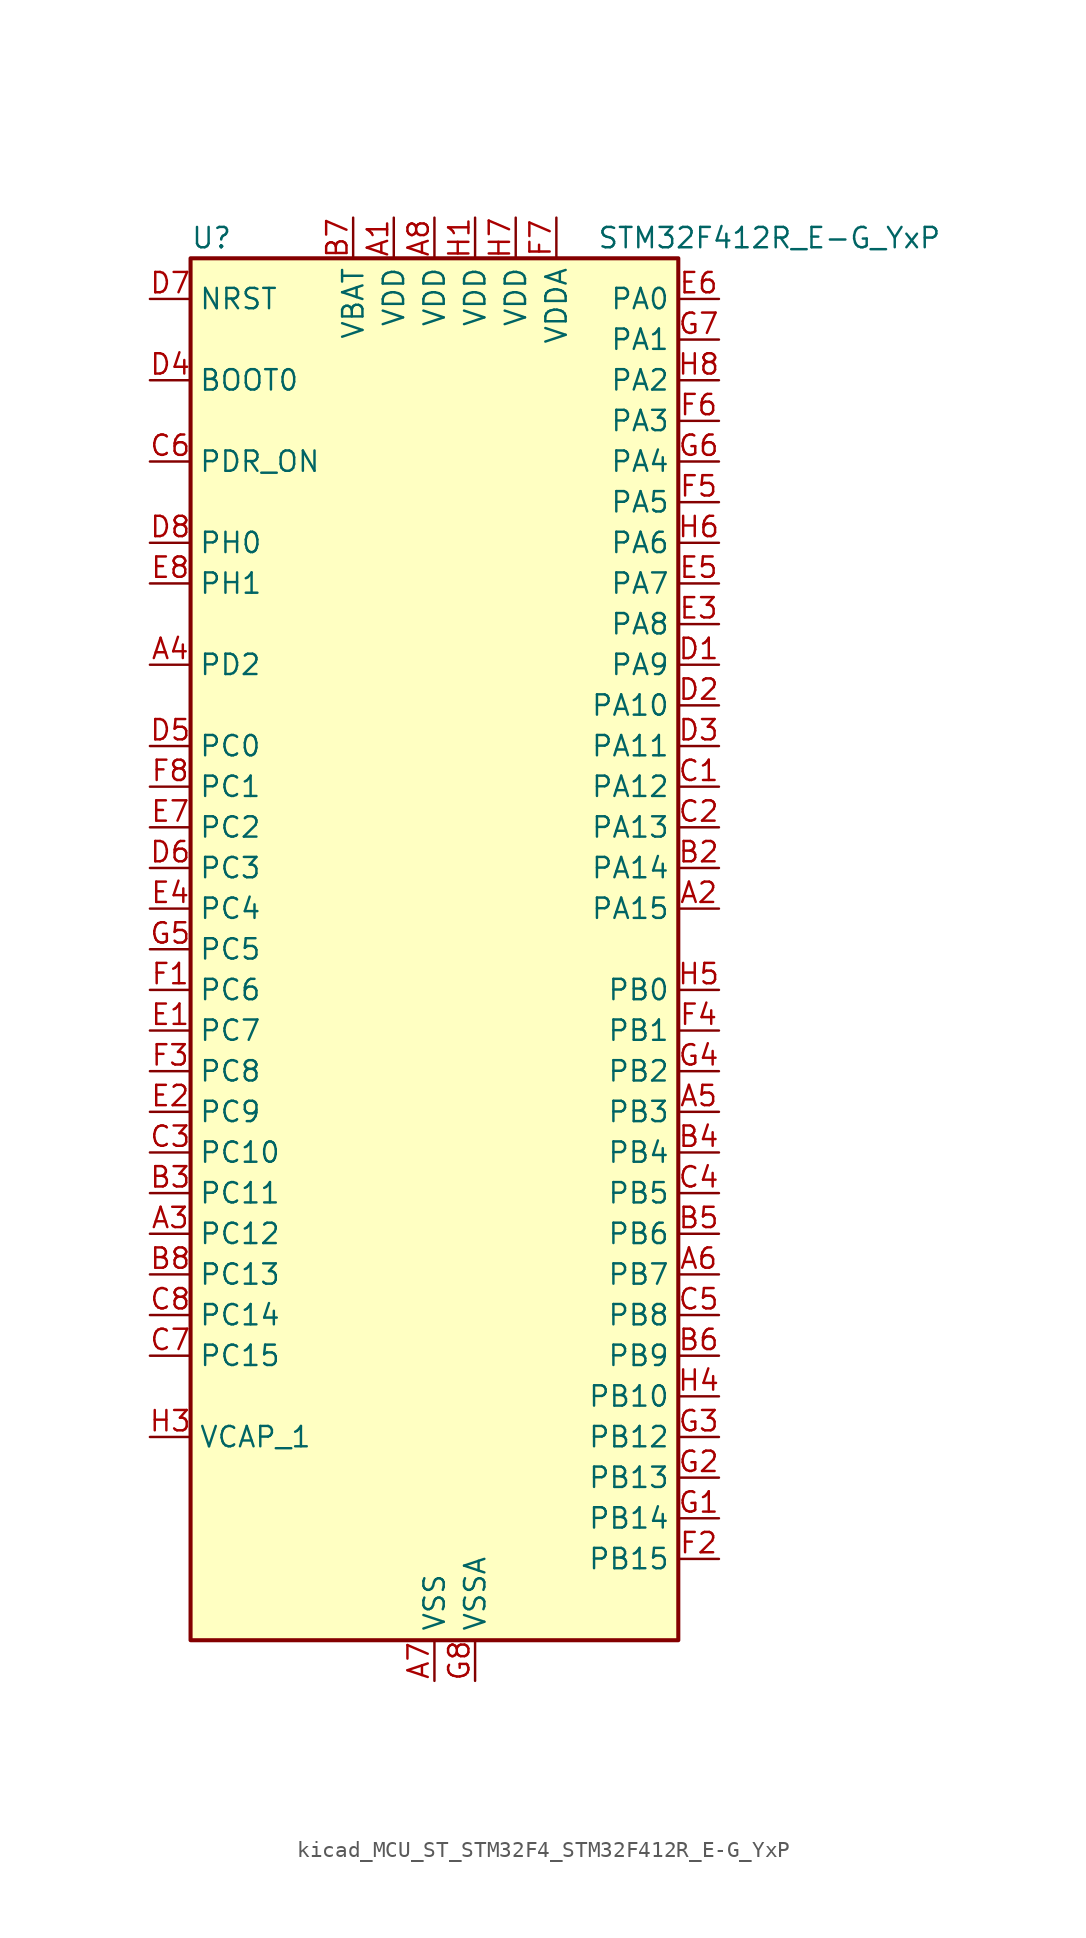
<source format=kicad_sym>
(kicad_symbol_lib
  (version 20220914)
  (generator kicad_symbol_editor)
  (symbol "kicad_MCU_ST_STM32F4_STM32F412R_E-G_YxP"
    (property "Reference" "U"
      (at -15.24 44.45 0)
      (effects (font (size 1.27 1.27)) (justify left)))
    (property "Value" "STM32F412R_E-G_YxP"
      (at 10.16 44.45 0)
      (effects (font (size 1.27 1.27)) (justify left)))
    (property "ki_locked" ""
      (at 0 0 0)
      (effects (font (size 1.27 1.27))))
    (symbol "kicad_MCU_ST_STM32F4_STM32F412R_E-G_YxP_0_1"
      (rectangle (start -15.24 -43.18) (end 15.24 43.18) (stroke (width 0.254) (type default)) (fill (type background))))
    (symbol "kicad_MCU_ST_STM32F4_STM32F412R_E-G_YxP_1_1"
      (pin power_in line (at -2.54 45.72 270) (length 2.54) (name "VDD" (effects (font (size 1.27 1.27)))) (number "A1" (effects (font (size 1.27 1.27)))))
      (pin bidirectional line (at 17.78 2.54 180) (length 2.54) (name "PA15" (effects (font (size 1.27 1.27)))) (number "A2" (effects (font (size 1.27 1.27)))) (alternate "ADC1_EXTI15" bidirectional line) (alternate "I2S1_WS" bidirectional line) (alternate "I2S3_WS" bidirectional line) (alternate "SPI1_NSS" bidirectional line) (alternate "SPI3_NSS" bidirectional line) (alternate "SYS_JTDI" bidirectional line) (alternate "TIM2_CH1" bidirectional line) (alternate "TIM2_ETR" bidirectional line) (alternate "USART1_TX" bidirectional line))
      (pin bidirectional line (at -17.78 -17.78 0) (length 2.54) (name "PC12" (effects (font (size 1.27 1.27)))) (number "A3" (effects (font (size 1.27 1.27)))) (alternate "FSMC_D3" bidirectional line) (alternate "FSMC_DA3" bidirectional line) (alternate "I2S3_SD" bidirectional line) (alternate "SDIO_CK" bidirectional line) (alternate "SPI3_MOSI" bidirectional line) (alternate "USART3_CK" bidirectional line))
      (pin bidirectional line (at -17.78 17.78 0) (length 2.54) (name "PD2" (effects (font (size 1.27 1.27)))) (number "A4" (effects (font (size 1.27 1.27)))) (alternate "FSMC_NWE" bidirectional line) (alternate "SDIO_CMD" bidirectional line) (alternate "TIM3_ETR" bidirectional line))
      (pin bidirectional line (at 17.78 -10.16 180) (length 2.54) (name "PB3" (effects (font (size 1.27 1.27)))) (number "A5" (effects (font (size 1.27 1.27)))) (alternate "FMPI2C1_SDA" bidirectional line) (alternate "I2C2_SDA" bidirectional line) (alternate "I2S1_CK" bidirectional line) (alternate "I2S3_CK" bidirectional line) (alternate "SPI1_SCK" bidirectional line) (alternate "SPI3_SCK" bidirectional line) (alternate "SYS_JTDO-SWO" bidirectional line) (alternate "TIM2_CH2" bidirectional line) (alternate "USART1_RX" bidirectional line))
      (pin bidirectional line (at 17.78 -20.32 180) (length 2.54) (name "PB7" (effects (font (size 1.27 1.27)))) (number "A6" (effects (font (size 1.27 1.27)))) (alternate "FSMC_NL" bidirectional line) (alternate "I2C1_SDA" bidirectional line) (alternate "TIM4_CH2" bidirectional line) (alternate "USART1_RX" bidirectional line))
      (pin power_in line (at 0 -45.72 90) (length 2.54) (name "VSS" (effects (font (size 1.27 1.27)))) (number "A7" (effects (font (size 1.27 1.27)))))
      (pin power_in line (at 0 45.72 270) (length 2.54) (name "VDD" (effects (font (size 1.27 1.27)))) (number "A8" (effects (font (size 1.27 1.27)))))
      (pin passive line (at 0 -45.72 90) (length 2.54) hide (name "VSS" (effects (font (size 1.27 1.27)))) (number "B1" (effects (font (size 1.27 1.27)))))
      (pin bidirectional line (at 17.78 5.08 180) (length 2.54) (name "PA14" (effects (font (size 1.27 1.27)))) (number "B2" (effects (font (size 1.27 1.27)))) (alternate "SYS_JTCK-SWCLK" bidirectional line))
      (pin bidirectional line (at -17.78 -15.24 0) (length 2.54) (name "PC11" (effects (font (size 1.27 1.27)))) (number "B3" (effects (font (size 1.27 1.27)))) (alternate "ADC1_EXTI11" bidirectional line) (alternate "FSMC_D2" bidirectional line) (alternate "FSMC_DA2" bidirectional line) (alternate "I2S3_ext_SD" bidirectional line) (alternate "QUADSPI_BK2_NCS" bidirectional line) (alternate "SDIO_D3" bidirectional line) (alternate "SPI3_MISO" bidirectional line) (alternate "USART3_RX" bidirectional line))
      (pin bidirectional line (at 17.78 -12.7 180) (length 2.54) (name "PB4" (effects (font (size 1.27 1.27)))) (number "B4" (effects (font (size 1.27 1.27)))) (alternate "I2C3_SDA" bidirectional line) (alternate "I2S3_ext_SD" bidirectional line) (alternate "SDIO_D0" bidirectional line) (alternate "SPI1_MISO" bidirectional line) (alternate "SPI3_MISO" bidirectional line) (alternate "SYS_JTRST" bidirectional line) (alternate "TIM3_CH1" bidirectional line))
      (pin bidirectional line (at 17.78 -17.78 180) (length 2.54) (name "PB6" (effects (font (size 1.27 1.27)))) (number "B5" (effects (font (size 1.27 1.27)))) (alternate "CAN2_TX" bidirectional line) (alternate "I2C1_SCL" bidirectional line) (alternate "QUADSPI_BK1_NCS" bidirectional line) (alternate "SDIO_D0" bidirectional line) (alternate "TIM4_CH1" bidirectional line) (alternate "USART1_TX" bidirectional line))
      (pin bidirectional line (at 17.78 -25.4 180) (length 2.54) (name "PB9" (effects (font (size 1.27 1.27)))) (number "B6" (effects (font (size 1.27 1.27)))) (alternate "CAN1_TX" bidirectional line) (alternate "I2C1_SDA" bidirectional line) (alternate "I2C2_SDA" bidirectional line) (alternate "I2S2_WS" bidirectional line) (alternate "SDIO_D5" bidirectional line) (alternate "SPI2_NSS" bidirectional line) (alternate "TIM11_CH1" bidirectional line) (alternate "TIM4_CH4" bidirectional line))
      (pin power_in line (at -5.08 45.72 270) (length 2.54) (name "VBAT" (effects (font (size 1.27 1.27)))) (number "B7" (effects (font (size 1.27 1.27)))))
      (pin bidirectional line (at -17.78 -20.32 0) (length 2.54) (name "PC13" (effects (font (size 1.27 1.27)))) (number "B8" (effects (font (size 1.27 1.27)))) (alternate "RTC_AF1" bidirectional line))
      (pin bidirectional line (at 17.78 10.16 180) (length 2.54) (name "PA12" (effects (font (size 1.27 1.27)))) (number "C1" (effects (font (size 1.27 1.27)))) (alternate "CAN1_TX" bidirectional line) (alternate "SPI5_MISO" bidirectional line) (alternate "TIM1_ETR" bidirectional line) (alternate "USART1_RTS" bidirectional line) (alternate "USART6_RX" bidirectional line) (alternate "USB_OTG_FS_DP" bidirectional line))
      (pin bidirectional line (at 17.78 7.62 180) (length 2.54) (name "PA13" (effects (font (size 1.27 1.27)))) (number "C2" (effects (font (size 1.27 1.27)))) (alternate "SYS_JTMS-SWDIO" bidirectional line))
      (pin bidirectional line (at -17.78 -12.7 0) (length 2.54) (name "PC10" (effects (font (size 1.27 1.27)))) (number "C3" (effects (font (size 1.27 1.27)))) (alternate "I2S3_CK" bidirectional line) (alternate "QUADSPI_BK1_IO1" bidirectional line) (alternate "SDIO_D2" bidirectional line) (alternate "SPI3_SCK" bidirectional line) (alternate "USART3_TX" bidirectional line))
      (pin bidirectional line (at 17.78 -15.24 180) (length 2.54) (name "PB5" (effects (font (size 1.27 1.27)))) (number "C4" (effects (font (size 1.27 1.27)))) (alternate "CAN2_RX" bidirectional line) (alternate "I2C1_SMBA" bidirectional line) (alternate "I2S1_SD" bidirectional line) (alternate "I2S3_SD" bidirectional line) (alternate "SDIO_D3" bidirectional line) (alternate "SPI1_MOSI" bidirectional line) (alternate "SPI3_MOSI" bidirectional line) (alternate "TIM3_CH2" bidirectional line))
      (pin bidirectional line (at 17.78 -22.86 180) (length 2.54) (name "PB8" (effects (font (size 1.27 1.27)))) (number "C5" (effects (font (size 1.27 1.27)))) (alternate "CAN1_RX" bidirectional line) (alternate "I2C1_SCL" bidirectional line) (alternate "I2C3_SDA" bidirectional line) (alternate "I2S5_SD" bidirectional line) (alternate "SDIO_D4" bidirectional line) (alternate "SPI5_MOSI" bidirectional line) (alternate "TIM10_CH1" bidirectional line) (alternate "TIM4_CH3" bidirectional line))
      (pin input line (at -17.78 30.48 0) (length 2.54) (name "PDR_ON" (effects (font (size 1.27 1.27)))) (number "C6" (effects (font (size 1.27 1.27)))))
      (pin bidirectional line (at -17.78 -25.4 0) (length 2.54) (name "PC15" (effects (font (size 1.27 1.27)))) (number "C7" (effects (font (size 1.27 1.27)))) (alternate "ADC1_EXTI15" bidirectional line) (alternate "RCC_OSC32_OUT" bidirectional line))
      (pin bidirectional line (at -17.78 -22.86 0) (length 2.54) (name "PC14" (effects (font (size 1.27 1.27)))) (number "C8" (effects (font (size 1.27 1.27)))) (alternate "RCC_OSC32_IN" bidirectional line))
      (pin bidirectional line (at 17.78 17.78 180) (length 2.54) (name "PA9" (effects (font (size 1.27 1.27)))) (number "D1" (effects (font (size 1.27 1.27)))) (alternate "I2C3_SMBA" bidirectional line) (alternate "SDIO_D2" bidirectional line) (alternate "TIM1_CH2" bidirectional line) (alternate "USART1_TX" bidirectional line) (alternate "USB_OTG_FS_VBUS" bidirectional line))
      (pin bidirectional line (at 17.78 15.24 180) (length 2.54) (name "PA10" (effects (font (size 1.27 1.27)))) (number "D2" (effects (font (size 1.27 1.27)))) (alternate "I2S5_SD" bidirectional line) (alternate "SPI5_MOSI" bidirectional line) (alternate "TIM1_CH3" bidirectional line) (alternate "USART1_RX" bidirectional line) (alternate "USB_OTG_FS_ID" bidirectional line))
      (pin bidirectional line (at 17.78 12.7 180) (length 2.54) (name "PA11" (effects (font (size 1.27 1.27)))) (number "D3" (effects (font (size 1.27 1.27)))) (alternate "ADC1_EXTI11" bidirectional line) (alternate "CAN1_RX" bidirectional line) (alternate "SPI4_MISO" bidirectional line) (alternate "TIM1_CH4" bidirectional line) (alternate "USART1_CTS" bidirectional line) (alternate "USART6_TX" bidirectional line) (alternate "USB_OTG_FS_DM" bidirectional line))
      (pin input line (at -17.78 35.56 0) (length 2.54) (name "BOOT0" (effects (font (size 1.27 1.27)))) (number "D4" (effects (font (size 1.27 1.27)))))
      (pin bidirectional line (at -17.78 12.7 0) (length 2.54) (name "PC0" (effects (font (size 1.27 1.27)))) (number "D5" (effects (font (size 1.27 1.27)))) (alternate "ADC1_IN10" bidirectional line) (alternate "SYS_WKUP2" bidirectional line))
      (pin bidirectional line (at -17.78 5.08 0) (length 2.54) (name "PC3" (effects (font (size 1.27 1.27)))) (number "D6" (effects (font (size 1.27 1.27)))) (alternate "ADC1_IN13" bidirectional line) (alternate "FSMC_A0" bidirectional line) (alternate "I2S2_SD" bidirectional line) (alternate "SPI2_MOSI" bidirectional line))
      (pin input line (at -17.78 40.64 0) (length 2.54) (name "NRST" (effects (font (size 1.27 1.27)))) (number "D7" (effects (font (size 1.27 1.27)))))
      (pin bidirectional line (at -17.78 25.4 0) (length 2.54) (name "PH0" (effects (font (size 1.27 1.27)))) (number "D8" (effects (font (size 1.27 1.27)))) (alternate "RCC_OSC_IN" bidirectional line))
      (pin bidirectional line (at -17.78 -5.08 0) (length 2.54) (name "PC7" (effects (font (size 1.27 1.27)))) (number "E1" (effects (font (size 1.27 1.27)))) (alternate "DFSDM1_DATIN3" bidirectional line) (alternate "FMPI2C1_SDA" bidirectional line) (alternate "I2S2_CK" bidirectional line) (alternate "I2S3_MCK" bidirectional line) (alternate "SDIO_D7" bidirectional line) (alternate "SPI2_SCK" bidirectional line) (alternate "TIM3_CH2" bidirectional line) (alternate "TIM8_CH2" bidirectional line) (alternate "USART6_RX" bidirectional line))
      (pin bidirectional line (at -17.78 -10.16 0) (length 2.54) (name "PC9" (effects (font (size 1.27 1.27)))) (number "E2" (effects (font (size 1.27 1.27)))) (alternate "I2C3_SDA" bidirectional line) (alternate "I2S_CKIN" bidirectional line) (alternate "QUADSPI_BK1_IO0" bidirectional line) (alternate "RCC_MCO_2" bidirectional line) (alternate "SDIO_D1" bidirectional line) (alternate "TIM3_CH4" bidirectional line) (alternate "TIM8_CH4" bidirectional line))
      (pin bidirectional line (at 17.78 20.32 180) (length 2.54) (name "PA8" (effects (font (size 1.27 1.27)))) (number "E3" (effects (font (size 1.27 1.27)))) (alternate "I2C3_SCL" bidirectional line) (alternate "RCC_MCO_1" bidirectional line) (alternate "SDIO_D1" bidirectional line) (alternate "TIM1_CH1" bidirectional line) (alternate "USART1_CK" bidirectional line) (alternate "USB_OTG_FS_SOF" bidirectional line))
      (pin bidirectional line (at -17.78 2.54 0) (length 2.54) (name "PC4" (effects (font (size 1.27 1.27)))) (number "E4" (effects (font (size 1.27 1.27)))) (alternate "ADC1_IN14" bidirectional line) (alternate "FSMC_NE4" bidirectional line) (alternate "I2S1_MCK" bidirectional line) (alternate "QUADSPI_BK2_IO2" bidirectional line))
      (pin bidirectional line (at 17.78 22.86 180) (length 2.54) (name "PA7" (effects (font (size 1.27 1.27)))) (number "E5" (effects (font (size 1.27 1.27)))) (alternate "ADC1_IN7" bidirectional line) (alternate "I2S1_SD" bidirectional line) (alternate "QUADSPI_BK2_IO1" bidirectional line) (alternate "SPI1_MOSI" bidirectional line) (alternate "TIM14_CH1" bidirectional line) (alternate "TIM1_CH1N" bidirectional line) (alternate "TIM3_CH2" bidirectional line) (alternate "TIM8_CH1N" bidirectional line))
      (pin bidirectional line (at 17.78 40.64 180) (length 2.54) (name "PA0" (effects (font (size 1.27 1.27)))) (number "E6" (effects (font (size 1.27 1.27)))) (alternate "ADC1_IN0" bidirectional line) (alternate "SYS_WKUP1" bidirectional line) (alternate "TIM2_CH1" bidirectional line) (alternate "TIM2_ETR" bidirectional line) (alternate "TIM5_CH1" bidirectional line) (alternate "TIM8_ETR" bidirectional line) (alternate "USART2_CTS" bidirectional line))
      (pin bidirectional line (at -17.78 7.62 0) (length 2.54) (name "PC2" (effects (font (size 1.27 1.27)))) (number "E7" (effects (font (size 1.27 1.27)))) (alternate "ADC1_IN12" bidirectional line) (alternate "DFSDM1_CKOUT" bidirectional line) (alternate "FSMC_NWE" bidirectional line) (alternate "I2S2_ext_SD" bidirectional line) (alternate "SPI2_MISO" bidirectional line))
      (pin bidirectional line (at -17.78 22.86 0) (length 2.54) (name "PH1" (effects (font (size 1.27 1.27)))) (number "E8" (effects (font (size 1.27 1.27)))) (alternate "RCC_OSC_OUT" bidirectional line))
      (pin bidirectional line (at -17.78 -2.54 0) (length 2.54) (name "PC6" (effects (font (size 1.27 1.27)))) (number "F1" (effects (font (size 1.27 1.27)))) (alternate "DFSDM1_CKIN3" bidirectional line) (alternate "FMPI2C1_SCL" bidirectional line) (alternate "FSMC_D1" bidirectional line) (alternate "FSMC_DA1" bidirectional line) (alternate "I2S2_MCK" bidirectional line) (alternate "SDIO_D6" bidirectional line) (alternate "TIM3_CH1" bidirectional line) (alternate "TIM8_CH1" bidirectional line) (alternate "USART6_TX" bidirectional line))
      (pin bidirectional line (at 17.78 -38.1 180) (length 2.54) (name "PB15" (effects (font (size 1.27 1.27)))) (number "F2" (effects (font (size 1.27 1.27)))) (alternate "ADC1_EXTI15" bidirectional line) (alternate "DFSDM1_CKIN2" bidirectional line) (alternate "FMPI2C1_SCL" bidirectional line) (alternate "I2S2_SD" bidirectional line) (alternate "RTC_REFIN" bidirectional line) (alternate "SDIO_CK" bidirectional line) (alternate "SPI2_MOSI" bidirectional line) (alternate "TIM12_CH2" bidirectional line) (alternate "TIM1_CH3N" bidirectional line) (alternate "TIM8_CH3N" bidirectional line))
      (pin bidirectional line (at -17.78 -7.62 0) (length 2.54) (name "PC8" (effects (font (size 1.27 1.27)))) (number "F3" (effects (font (size 1.27 1.27)))) (alternate "QUADSPI_BK1_IO2" bidirectional line) (alternate "SDIO_D0" bidirectional line) (alternate "TIM3_CH3" bidirectional line) (alternate "TIM8_CH3" bidirectional line) (alternate "USART6_CK" bidirectional line))
      (pin bidirectional line (at 17.78 -5.08 180) (length 2.54) (name "PB1" (effects (font (size 1.27 1.27)))) (number "F4" (effects (font (size 1.27 1.27)))) (alternate "ADC1_IN9" bidirectional line) (alternate "DFSDM1_DATIN0" bidirectional line) (alternate "I2S5_WS" bidirectional line) (alternate "QUADSPI_CLK" bidirectional line) (alternate "SPI5_NSS" bidirectional line) (alternate "TIM1_CH3N" bidirectional line) (alternate "TIM3_CH4" bidirectional line) (alternate "TIM8_CH3N" bidirectional line))
      (pin bidirectional line (at 17.78 27.94 180) (length 2.54) (name "PA5" (effects (font (size 1.27 1.27)))) (number "F5" (effects (font (size 1.27 1.27)))) (alternate "ADC1_IN5" bidirectional line) (alternate "DFSDM1_CKIN1" bidirectional line) (alternate "FSMC_D7" bidirectional line) (alternate "FSMC_DA7" bidirectional line) (alternate "I2S1_CK" bidirectional line) (alternate "SPI1_SCK" bidirectional line) (alternate "TIM2_CH1" bidirectional line) (alternate "TIM2_ETR" bidirectional line) (alternate "TIM8_CH1N" bidirectional line))
      (pin bidirectional line (at 17.78 33.02 180) (length 2.54) (name "PA3" (effects (font (size 1.27 1.27)))) (number "F6" (effects (font (size 1.27 1.27)))) (alternate "ADC1_IN3" bidirectional line) (alternate "FSMC_D5" bidirectional line) (alternate "FSMC_DA5" bidirectional line) (alternate "I2S2_MCK" bidirectional line) (alternate "TIM2_CH4" bidirectional line) (alternate "TIM5_CH4" bidirectional line) (alternate "TIM9_CH2" bidirectional line) (alternate "USART2_RX" bidirectional line))
      (pin power_in line (at 7.62 45.72 270) (length 2.54) (name "VDDA" (effects (font (size 1.27 1.27)))) (number "F7" (effects (font (size 1.27 1.27)))))
      (pin bidirectional line (at -17.78 10.16 0) (length 2.54) (name "PC1" (effects (font (size 1.27 1.27)))) (number "F8" (effects (font (size 1.27 1.27)))) (alternate "ADC1_IN11" bidirectional line) (alternate "SYS_WKUP3" bidirectional line))
      (pin bidirectional line (at 17.78 -35.56 180) (length 2.54) (name "PB14" (effects (font (size 1.27 1.27)))) (number "G1" (effects (font (size 1.27 1.27)))) (alternate "DFSDM1_DATIN2" bidirectional line) (alternate "FMPI2C1_SDA" bidirectional line) (alternate "FSMC_D0" bidirectional line) (alternate "FSMC_DA0" bidirectional line) (alternate "I2S2_ext_SD" bidirectional line) (alternate "SDIO_D6" bidirectional line) (alternate "SPI2_MISO" bidirectional line) (alternate "TIM12_CH1" bidirectional line) (alternate "TIM1_CH2N" bidirectional line) (alternate "TIM8_CH2N" bidirectional line) (alternate "USART3_RTS" bidirectional line))
      (pin bidirectional line (at 17.78 -33.02 180) (length 2.54) (name "PB13" (effects (font (size 1.27 1.27)))) (number "G2" (effects (font (size 1.27 1.27)))) (alternate "CAN2_TX" bidirectional line) (alternate "DFSDM1_CKIN1" bidirectional line) (alternate "FMPI2C1_SMBA" bidirectional line) (alternate "I2S2_CK" bidirectional line) (alternate "I2S4_CK" bidirectional line) (alternate "SPI2_SCK" bidirectional line) (alternate "SPI4_SCK" bidirectional line) (alternate "TIM1_CH1N" bidirectional line) (alternate "USART3_CTS" bidirectional line))
      (pin bidirectional line (at 17.78 -30.48 180) (length 2.54) (name "PB12" (effects (font (size 1.27 1.27)))) (number "G3" (effects (font (size 1.27 1.27)))) (alternate "CAN2_RX" bidirectional line) (alternate "DFSDM1_DATIN1" bidirectional line) (alternate "I2C2_SMBA" bidirectional line) (alternate "I2S2_WS" bidirectional line) (alternate "I2S3_CK" bidirectional line) (alternate "I2S4_WS" bidirectional line) (alternate "SPI2_NSS" bidirectional line) (alternate "SPI3_SCK" bidirectional line) (alternate "SPI4_NSS" bidirectional line) (alternate "TIM1_BKIN" bidirectional line) (alternate "USART3_CK" bidirectional line))
      (pin bidirectional line (at 17.78 -7.62 180) (length 2.54) (name "PB2" (effects (font (size 1.27 1.27)))) (number "G4" (effects (font (size 1.27 1.27)))) (alternate "DFSDM1_CKIN0" bidirectional line) (alternate "QUADSPI_CLK" bidirectional line))
      (pin bidirectional line (at -17.78 0 0) (length 2.54) (name "PC5" (effects (font (size 1.27 1.27)))) (number "G5" (effects (font (size 1.27 1.27)))) (alternate "ADC1_IN15" bidirectional line) (alternate "FMPI2C1_SMBA" bidirectional line) (alternate "FSMC_NOE" bidirectional line) (alternate "QUADSPI_BK2_IO3" bidirectional line) (alternate "USART3_RX" bidirectional line))
      (pin bidirectional line (at 17.78 30.48 180) (length 2.54) (name "PA4" (effects (font (size 1.27 1.27)))) (number "G6" (effects (font (size 1.27 1.27)))) (alternate "ADC1_IN4" bidirectional line) (alternate "DFSDM1_DATIN1" bidirectional line) (alternate "FSMC_D6" bidirectional line) (alternate "FSMC_DA6" bidirectional line) (alternate "I2S1_WS" bidirectional line) (alternate "I2S3_WS" bidirectional line) (alternate "SPI1_NSS" bidirectional line) (alternate "SPI3_NSS" bidirectional line) (alternate "USART2_CK" bidirectional line))
      (pin bidirectional line (at 17.78 38.1 180) (length 2.54) (name "PA1" (effects (font (size 1.27 1.27)))) (number "G7" (effects (font (size 1.27 1.27)))) (alternate "ADC1_IN1" bidirectional line) (alternate "I2S4_SD" bidirectional line) (alternate "QUADSPI_BK1_IO3" bidirectional line) (alternate "SPI4_MOSI" bidirectional line) (alternate "TIM2_CH2" bidirectional line) (alternate "TIM5_CH2" bidirectional line) (alternate "USART2_RTS" bidirectional line))
      (pin power_in line (at 2.54 -45.72 90) (length 2.54) (name "VSSA" (effects (font (size 1.27 1.27)))) (number "G8" (effects (font (size 1.27 1.27)))))
      (pin power_in line (at 2.54 45.72 270) (length 2.54) (name "VDD" (effects (font (size 1.27 1.27)))) (number "H1" (effects (font (size 1.27 1.27)))))
      (pin passive line (at 0 -45.72 90) (length 2.54) hide (name "VSS" (effects (font (size 1.27 1.27)))) (number "H2" (effects (font (size 1.27 1.27)))))
      (pin power_out line (at -17.78 -30.48 0) (length 2.54) (name "VCAP_1" (effects (font (size 1.27 1.27)))) (number "H3" (effects (font (size 1.27 1.27)))))
      (pin bidirectional line (at 17.78 -27.94 180) (length 2.54) (name "PB10" (effects (font (size 1.27 1.27)))) (number "H4" (effects (font (size 1.27 1.27)))) (alternate "FMPI2C1_SCL" bidirectional line) (alternate "I2C2_SCL" bidirectional line) (alternate "I2S2_CK" bidirectional line) (alternate "I2S3_MCK" bidirectional line) (alternate "SDIO_D7" bidirectional line) (alternate "SPI2_SCK" bidirectional line) (alternate "TIM2_CH3" bidirectional line) (alternate "USART3_TX" bidirectional line))
      (pin bidirectional line (at 17.78 -2.54 180) (length 2.54) (name "PB0" (effects (font (size 1.27 1.27)))) (number "H5" (effects (font (size 1.27 1.27)))) (alternate "ADC1_IN8" bidirectional line) (alternate "I2S5_CK" bidirectional line) (alternate "SPI5_SCK" bidirectional line) (alternate "TIM1_CH2N" bidirectional line) (alternate "TIM3_CH3" bidirectional line) (alternate "TIM8_CH2N" bidirectional line))
      (pin bidirectional line (at 17.78 25.4 180) (length 2.54) (name "PA6" (effects (font (size 1.27 1.27)))) (number "H6" (effects (font (size 1.27 1.27)))) (alternate "ADC1_IN6" bidirectional line) (alternate "I2S2_MCK" bidirectional line) (alternate "QUADSPI_BK2_IO0" bidirectional line) (alternate "SDIO_CMD" bidirectional line) (alternate "SPI1_MISO" bidirectional line) (alternate "TIM13_CH1" bidirectional line) (alternate "TIM1_BKIN" bidirectional line) (alternate "TIM3_CH1" bidirectional line) (alternate "TIM8_BKIN" bidirectional line))
      (pin power_in line (at 5.08 45.72 270) (length 2.54) (name "VDD" (effects (font (size 1.27 1.27)))) (number "H7" (effects (font (size 1.27 1.27)))))
      (pin bidirectional line (at 17.78 35.56 180) (length 2.54) (name "PA2" (effects (font (size 1.27 1.27)))) (number "H8" (effects (font (size 1.27 1.27)))) (alternate "ADC1_IN2" bidirectional line) (alternate "FSMC_D4" bidirectional line) (alternate "FSMC_DA4" bidirectional line) (alternate "I2S_CKIN" bidirectional line) (alternate "TIM2_CH3" bidirectional line) (alternate "TIM5_CH3" bidirectional line) (alternate "TIM9_CH1" bidirectional line) (alternate "USART2_TX" bidirectional line)))))
</source>
